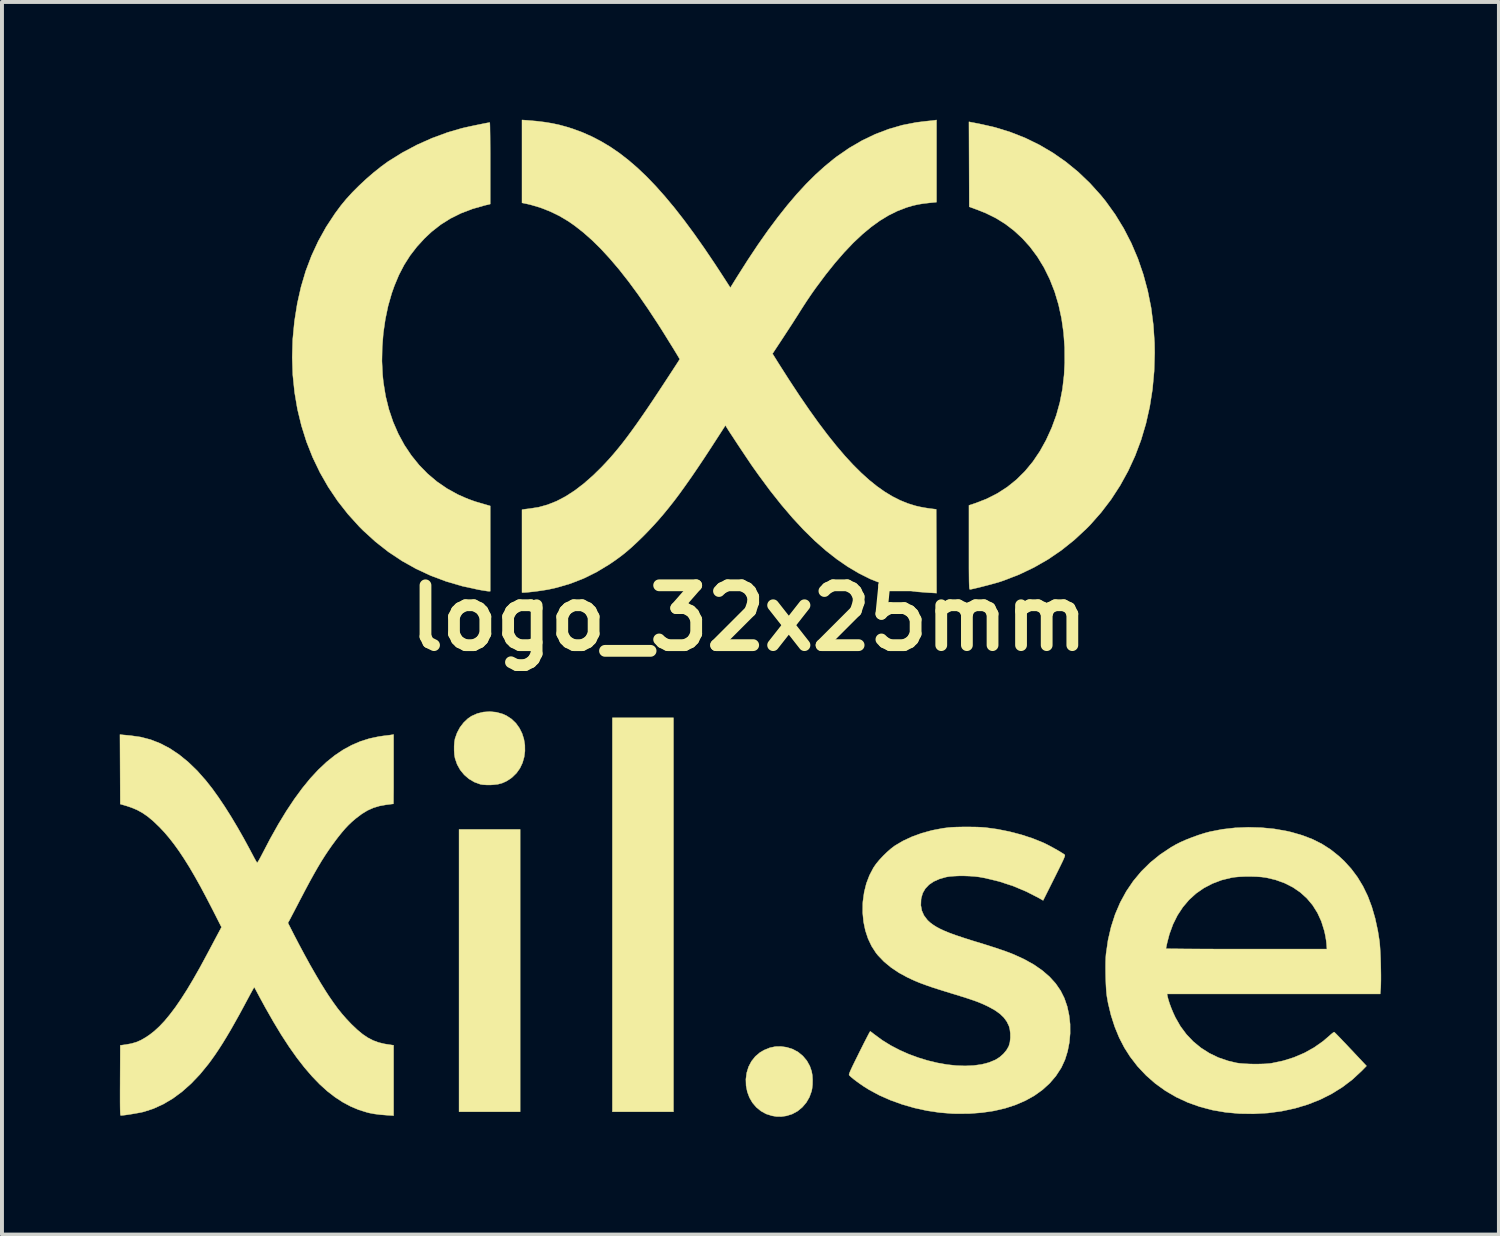
<source format=kicad_pcb>
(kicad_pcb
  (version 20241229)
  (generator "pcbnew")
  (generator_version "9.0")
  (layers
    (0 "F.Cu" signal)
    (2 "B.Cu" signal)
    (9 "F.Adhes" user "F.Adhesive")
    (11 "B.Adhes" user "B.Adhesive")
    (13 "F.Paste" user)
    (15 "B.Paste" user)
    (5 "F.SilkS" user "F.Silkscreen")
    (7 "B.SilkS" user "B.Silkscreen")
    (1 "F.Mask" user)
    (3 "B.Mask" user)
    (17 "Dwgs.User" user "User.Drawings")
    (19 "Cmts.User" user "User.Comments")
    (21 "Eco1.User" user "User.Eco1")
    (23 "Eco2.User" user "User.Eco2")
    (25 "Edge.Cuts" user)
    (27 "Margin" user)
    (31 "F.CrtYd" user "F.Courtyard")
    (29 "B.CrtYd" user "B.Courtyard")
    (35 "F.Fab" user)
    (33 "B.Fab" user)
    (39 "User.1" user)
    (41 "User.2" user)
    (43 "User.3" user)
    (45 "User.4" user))
  (footprint "logo_32x25mm"
    (layer "F.Cu")
    (at 16.023 12.691)
    (property "Reference" "logo_32x25mm" (at 0 0 0) (layer "F.SilkS") (effects (font (size 1.524 1.524) (thickness 0.3))))
    (attr through_hole)
    (fp_poly (pts (xy -5.826 12.573) (xy -7.382 12.573) (xy -7.382 5.382) (xy -5.826 5.382) (xy -5.826 12.573)) (stroke (width 0.01) (type solid)) (fill yes) (layer "F.SilkS"))
    (fp_poly (pts (xy -1.921 12.573) (xy -3.477 12.573) (xy -3.477 2.54) (xy -1.921 2.54) (xy -1.921 12.573)) (stroke (width 0.01) (type solid)) (fill yes) (layer "F.SilkS"))
    (fp_poly (pts (xy 0.96 10.93) (xy 1.115 10.978) (xy 1.254 11.053) (xy 1.374 11.152) (xy 1.475 11.272) (xy 1.552 11.411) (xy 1.597 11.543) (xy 1.615 11.642) (xy 1.622 11.758) (xy 1.62 11.878) (xy 1.608 11.989) (xy 1.596 12.048) (xy 1.541 12.201) (xy 1.461 12.339) (xy 1.359 12.458) (xy 1.239 12.557) (xy 1.103 12.631) (xy 0.957 12.677) (xy 0.826 12.696) (xy 0.7 12.694) (xy 0.587 12.675) (xy 0.438 12.628) (xy 0.305 12.554) (xy 0.188 12.458) (xy 0.09 12.343) (xy 0.013 12.21) (xy -0.041 12.064) (xy -0.072 11.908) (xy -0.077 11.743) (xy -0.056 11.582) (xy -0.008 11.426) (xy 0.066 11.286) (xy 0.163 11.164) (xy 0.281 11.064) (xy 0.388 11.002) (xy 0.533 10.943) (xy 0.674 10.913) (xy 0.816 10.91) (xy 0.96 10.93)) (stroke (width 0.01) (type solid)) (fill yes) (layer "F.SilkS"))
    (fp_poly (pts (xy -6.435 2.397) (xy -6.278 2.44) (xy -6.176 2.485) (xy -6.045 2.571) (xy -5.934 2.677) (xy -5.845 2.801) (xy -5.777 2.937) (xy -5.731 3.082) (xy -5.706 3.234) (xy -5.704 3.387) (xy -5.724 3.539) (xy -5.766 3.686) (xy -5.831 3.824) (xy -5.919 3.948) (xy -6.031 4.057) (xy -6.069 4.086) (xy -6.177 4.155) (xy -6.282 4.202) (xy -6.393 4.232) (xy -6.521 4.246) (xy -6.572 4.249) (xy -6.684 4.249) (xy -6.776 4.243) (xy -6.838 4.233) (xy -6.99 4.178) (xy -7.128 4.097) (xy -7.25 3.992) (xy -7.352 3.868) (xy -7.431 3.726) (xy -7.484 3.572) (xy -7.485 3.568) (xy -7.5 3.478) (xy -7.507 3.371) (xy -7.507 3.259) (xy -7.499 3.155) (xy -7.485 3.071) (xy -7.433 2.924) (xy -7.359 2.785) (xy -7.264 2.661) (xy -7.155 2.558) (xy -7.064 2.496) (xy -6.918 2.431) (xy -6.761 2.393) (xy -6.598 2.382) (xy -6.435 2.397)) (stroke (width 0.01) (type solid)) (fill yes) (layer "F.SilkS"))
    (fp_poly (pts (xy 5.647 -12.63) (xy 5.681 -12.623) (xy 5.737 -12.613) (xy 5.807 -12.599) (xy 5.866 -12.588) (xy 6.268 -12.497) (xy 6.657 -12.377) (xy 7.034 -12.229) (xy 7.396 -12.052) (xy 7.742 -11.849) (xy 8.073 -11.618) (xy 8.387 -11.361) (xy 8.683 -11.078) (xy 8.961 -10.77) (xy 9.086 -10.616) (xy 9.329 -10.278) (xy 9.547 -9.921) (xy 9.739 -9.548) (xy 9.905 -9.158) (xy 10.044 -8.753) (xy 10.157 -8.335) (xy 10.243 -7.904) (xy 10.3 -7.462) (xy 10.33 -7.009) (xy 10.334 -6.755) (xy 10.32 -6.286) (xy 10.278 -5.828) (xy 10.208 -5.384) (xy 10.111 -4.952) (xy 9.987 -4.535) (xy 9.836 -4.133) (xy 9.658 -3.746) (xy 9.454 -3.376) (xy 9.225 -3.023) (xy 8.969 -2.688) (xy 8.689 -2.371) (xy 8.597 -2.278) (xy 8.287 -1.99) (xy 7.961 -1.729) (xy 7.618 -1.495) (xy 7.258 -1.289) (xy 6.882 -1.109) (xy 6.489 -0.957) (xy 6.401 -0.927) (xy 6.341 -0.908) (xy 6.262 -0.886) (xy 6.171 -0.861) (xy 6.073 -0.835) (xy 5.972 -0.809) (xy 5.875 -0.784) (xy 5.787 -0.763) (xy 5.713 -0.746) (xy 5.659 -0.734) (xy 5.63 -0.73) (xy 5.63 -0.73) (xy 5.624 -0.732) (xy 5.62 -0.74) (xy 5.616 -0.756) (xy 5.613 -0.781) (xy 5.611 -0.819) (xy 5.609 -0.871) (xy 5.607 -0.94) (xy 5.606 -1.027) (xy 5.605 -1.136) (xy 5.604 -1.267) (xy 5.604 -1.425) (xy 5.604 -1.609) (xy 5.604 -1.801) (xy 5.604 -2.871) (xy 5.759 -2.922) (xy 6.05 -3.034) (xy 6.324 -3.173) (xy 6.579 -3.337) (xy 6.815 -3.527) (xy 7.033 -3.743) (xy 7.232 -3.984) (xy 7.412 -4.251) (xy 7.568 -4.532) (xy 7.712 -4.848) (xy 7.829 -5.167) (xy 7.92 -5.495) (xy 7.986 -5.835) (xy 8.027 -6.19) (xy 8.043 -6.501) (xy 8.041 -6.891) (xy 8.014 -7.268) (xy 7.962 -7.632) (xy 7.886 -7.981) (xy 7.786 -8.314) (xy 7.662 -8.629) (xy 7.516 -8.926) (xy 7.347 -9.203) (xy 7.156 -9.459) (xy 6.964 -9.671) (xy 6.751 -9.868) (xy 6.527 -10.039) (xy 6.288 -10.187) (xy 6.029 -10.315) (xy 5.818 -10.399) (xy 5.612 -10.474) (xy 5.608 -11.557) (xy 5.604 -12.639) (xy 5.647 -12.63)) (stroke (width 0.01) (type solid)) (fill yes) (layer "F.SilkS"))
    (fp_poly (pts (xy -6.598 -12.605) (xy -6.596 -12.561) (xy -6.594 -12.49) (xy -6.593 -12.395) (xy -6.591 -12.278) (xy -6.59 -12.144) (xy -6.589 -11.993) (xy -6.588 -11.829) (xy -6.588 -11.654) (xy -6.588 -11.583) (xy -6.588 -10.545) (xy -6.735 -10.509) (xy -7.045 -10.42) (xy -7.333 -10.31) (xy -7.601 -10.177) (xy -7.849 -10.021) (xy -8.081 -9.839) (xy -8.258 -9.673) (xy -8.456 -9.457) (xy -8.629 -9.233) (xy -8.781 -8.994) (xy -8.914 -8.738) (xy -9.03 -8.46) (xy -9.097 -8.271) (xy -9.189 -7.949) (xy -9.26 -7.61) (xy -9.311 -7.258) (xy -9.339 -6.901) (xy -9.346 -6.544) (xy -9.329 -6.195) (xy -9.309 -6.001) (xy -9.252 -5.65) (xy -9.169 -5.315) (xy -9.061 -4.995) (xy -8.929 -4.692) (xy -8.775 -4.408) (xy -8.598 -4.143) (xy -8.4 -3.898) (xy -8.182 -3.675) (xy -7.944 -3.474) (xy -7.687 -3.298) (xy -7.412 -3.146) (xy -7.215 -3.059) (xy -7.133 -3.026) (xy -7.048 -2.995) (xy -6.972 -2.968) (xy -6.929 -2.955) (xy -6.853 -2.933) (xy -6.767 -2.908) (xy -6.703 -2.889) (xy -6.588 -2.856) (xy -6.588 -0.683) (xy -6.632 -0.684) (xy -6.664 -0.687) (xy -6.719 -0.696) (xy -6.791 -0.707) (xy -6.871 -0.721) (xy -6.879 -0.722) (xy -7.301 -0.814) (xy -7.708 -0.933) (xy -8.1 -1.08) (xy -8.475 -1.254) (xy -8.835 -1.456) (xy -9.18 -1.685) (xy -9.509 -1.943) (xy -9.822 -2.228) (xy -9.922 -2.328) (xy -10.212 -2.648) (xy -10.476 -2.985) (xy -10.714 -3.339) (xy -10.925 -3.708) (xy -11.11 -4.093) (xy -11.267 -4.49) (xy -11.396 -4.9) (xy -11.498 -5.321) (xy -11.571 -5.752) (xy -11.616 -6.192) (xy -11.631 -6.64) (xy -11.618 -7.094) (xy -11.574 -7.555) (xy -11.572 -7.569) (xy -11.502 -8.011) (xy -11.407 -8.433) (xy -11.287 -8.838) (xy -11.14 -9.227) (xy -10.967 -9.6) (xy -10.768 -9.959) (xy -10.54 -10.305) (xy -10.389 -10.509) (xy -10.256 -10.67) (xy -10.101 -10.84) (xy -9.929 -11.012) (xy -9.747 -11.182) (xy -9.56 -11.344) (xy -9.374 -11.493) (xy -9.196 -11.623) (xy -9.173 -11.638) (xy -8.822 -11.856) (xy -8.453 -12.052) (xy -8.069 -12.223) (xy -7.678 -12.367) (xy -7.326 -12.47) (xy -7.274 -12.483) (xy -7.203 -12.499) (xy -7.117 -12.518) (xy -7.024 -12.538) (xy -6.927 -12.558) (xy -6.834 -12.577) (xy -6.749 -12.594) (xy -6.678 -12.608) (xy -6.626 -12.617) (xy -6.6 -12.62) (xy -6.6 -12.62) (xy -6.598 -12.605)) (stroke (width 0.01) (type solid)) (fill yes) (layer "F.SilkS"))
    (fp_poly (pts (xy 13.051 5.337) (xy 13.38 5.369) (xy 13.698 5.425) (xy 13.819 5.453) (xy 14.1 5.535) (xy 14.357 5.634) (xy 14.594 5.753) (xy 14.814 5.894) (xy 15.02 6.058) (xy 15.162 6.19) (xy 15.342 6.388) (xy 15.501 6.601) (xy 15.64 6.832) (xy 15.761 7.081) (xy 15.863 7.352) (xy 15.948 7.645) (xy 16.017 7.963) (xy 16.058 8.223) (xy 16.066 8.301) (xy 16.074 8.404) (xy 16.081 8.526) (xy 16.087 8.662) (xy 16.091 8.805) (xy 16.094 8.949) (xy 16.096 9.088) (xy 16.096 9.215) (xy 16.094 9.325) (xy 16.091 9.411) (xy 16.09 9.419) (xy 16.078 9.573) (xy 10.649 9.573) (xy 10.659 9.627) (xy 10.68 9.712) (xy 10.713 9.817) (xy 10.756 9.932) (xy 10.805 10.05) (xy 10.857 10.163) (xy 10.859 10.168) (xy 10.989 10.395) (xy 11.142 10.601) (xy 11.317 10.785) (xy 11.512 10.945) (xy 11.727 11.082) (xy 11.959 11.194) (xy 12.209 11.279) (xy 12.422 11.329) (xy 12.512 11.341) (xy 12.625 11.35) (xy 12.753 11.356) (xy 12.888 11.359) (xy 13.023 11.357) (xy 13.148 11.353) (xy 13.256 11.344) (xy 13.311 11.337) (xy 13.601 11.276) (xy 13.879 11.189) (xy 14.144 11.076) (xy 14.391 10.939) (xy 14.619 10.779) (xy 14.774 10.647) (xy 14.824 10.602) (xy 14.867 10.567) (xy 14.897 10.547) (xy 14.906 10.544) (xy 14.92 10.556) (xy 14.954 10.589) (xy 15.004 10.64) (xy 15.068 10.706) (xy 15.144 10.786) (xy 15.229 10.875) (xy 15.32 10.972) (xy 15.326 10.978) (xy 15.729 11.406) (xy 15.6 11.538) (xy 15.366 11.755) (xy 15.111 11.948) (xy 14.837 12.118) (xy 14.544 12.265) (xy 14.234 12.387) (xy 13.908 12.485) (xy 13.569 12.558) (xy 13.217 12.605) (xy 12.853 12.625) (xy 12.494 12.62) (xy 12.144 12.588) (xy 11.806 12.53) (xy 11.483 12.445) (xy 11.174 12.335) (xy 10.882 12.199) (xy 10.608 12.039) (xy 10.352 11.855) (xy 10.116 11.648) (xy 9.9 11.419) (xy 9.707 11.168) (xy 9.563 10.942) (xy 9.431 10.687) (xy 9.317 10.41) (xy 9.222 10.115) (xy 9.148 9.808) (xy 9.119 9.644) (xy 9.108 9.558) (xy 9.099 9.447) (xy 9.092 9.319) (xy 9.087 9.179) (xy 9.084 9.035) (xy 9.083 8.894) (xy 9.084 8.762) (xy 9.088 8.647) (xy 9.095 8.556) (xy 9.095 8.555) (xy 9.115 8.418) (xy 10.621 8.418) (xy 10.636 8.419) (xy 10.682 8.421) (xy 10.755 8.422) (xy 10.855 8.423) (xy 10.978 8.424) (xy 11.125 8.426) (xy 11.291 8.427) (xy 11.477 8.427) (xy 11.679 8.428) (xy 11.896 8.429) (xy 12.126 8.429) (xy 12.368 8.429) (xy 12.618 8.43) (xy 12.671 8.43) (xy 14.721 8.43) (xy 14.71 8.286) (xy 14.701 8.208) (xy 14.686 8.114) (xy 14.666 8.017) (xy 14.653 7.961) (xy 14.579 7.724) (xy 14.48 7.508) (xy 14.357 7.312) (xy 14.211 7.138) (xy 14.043 6.986) (xy 13.853 6.856) (xy 13.642 6.749) (xy 13.411 6.666) (xy 13.174 6.61) (xy 13.065 6.595) (xy 12.934 6.585) (xy 12.791 6.581) (xy 12.644 6.581) (xy 12.503 6.587) (xy 12.377 6.598) (xy 12.295 6.61) (xy 12.041 6.672) (xy 11.805 6.761) (xy 11.587 6.875) (xy 11.388 7.013) (xy 11.21 7.175) (xy 11.052 7.361) (xy 10.915 7.569) (xy 10.801 7.798) (xy 10.709 8.049) (xy 10.653 8.263) (xy 10.639 8.327) (xy 10.628 8.379) (xy 10.622 8.411) (xy 10.621 8.418) (xy 9.115 8.418) (xy 9.146 8.201) (xy 9.224 7.865) (xy 9.327 7.545) (xy 9.456 7.244) (xy 9.61 6.961) (xy 9.789 6.697) (xy 9.993 6.452) (xy 10.221 6.227) (xy 10.473 6.023) (xy 10.749 5.839) (xy 10.874 5.767) (xy 10.995 5.706) (xy 11.138 5.643) (xy 11.295 5.582) (xy 11.456 5.524) (xy 11.612 5.475) (xy 11.748 5.439) (xy 12.058 5.379) (xy 12.382 5.342) (xy 12.716 5.328) (xy 13.051 5.337)) (stroke (width 0.01) (type solid)) (fill yes) (layer "F.SilkS"))
    (fp_poly (pts (xy 5.676 5.32) (xy 5.804 5.322) (xy 5.918 5.327) (xy 6.009 5.334) (xy 6.017 5.334) (xy 6.325 5.376) (xy 6.634 5.438) (xy 6.937 5.517) (xy 7.225 5.611) (xy 7.493 5.719) (xy 7.538 5.74) (xy 7.606 5.774) (xy 7.688 5.817) (xy 7.775 5.865) (xy 7.862 5.914) (xy 7.941 5.961) (xy 8.004 6) (xy 8.038 6.024) (xy 8.044 6.031) (xy 8.047 6.041) (xy 8.045 6.058) (xy 8.036 6.085) (xy 8.021 6.123) (xy 7.998 6.175) (xy 7.965 6.244) (xy 7.921 6.334) (xy 7.866 6.445) (xy 7.798 6.582) (xy 7.78 6.618) (xy 7.493 7.191) (xy 7.394 7.134) (xy 7.07 6.967) (xy 6.729 6.824) (xy 6.378 6.709) (xy 6.02 6.622) (xy 5.866 6.594) (xy 5.752 6.58) (xy 5.623 6.571) (xy 5.486 6.566) (xy 5.349 6.566) (xy 5.22 6.572) (xy 5.107 6.581) (xy 5.024 6.595) (xy 4.852 6.644) (xy 4.706 6.709) (xy 4.586 6.791) (xy 4.493 6.889) (xy 4.427 7.003) (xy 4.389 7.132) (xy 4.384 7.169) (xy 4.379 7.317) (xy 4.404 7.452) (xy 4.458 7.574) (xy 4.542 7.685) (xy 4.564 7.708) (xy 4.626 7.764) (xy 4.697 7.816) (xy 4.778 7.867) (xy 4.873 7.917) (xy 4.983 7.968) (xy 5.113 8.021) (xy 5.264 8.076) (xy 5.44 8.135) (xy 5.642 8.2) (xy 5.768 8.239) (xy 5.968 8.3) (xy 6.142 8.355) (xy 6.291 8.403) (xy 6.421 8.447) (xy 6.534 8.486) (xy 6.634 8.523) (xy 6.724 8.559) (xy 6.743 8.566) (xy 7.015 8.691) (xy 7.259 8.827) (xy 7.473 8.976) (xy 7.657 9.135) (xy 7.813 9.307) (xy 7.939 9.491) (xy 8.033 9.679) (xy 8.106 9.89) (xy 8.154 10.113) (xy 8.18 10.345) (xy 8.181 10.578) (xy 8.16 10.81) (xy 8.116 11.034) (xy 8.05 11.246) (xy 7.961 11.44) (xy 7.949 11.462) (xy 7.817 11.664) (xy 7.66 11.847) (xy 7.478 12.013) (xy 7.273 12.16) (xy 7.046 12.287) (xy 6.797 12.395) (xy 6.529 12.483) (xy 6.242 12.55) (xy 5.936 12.595) (xy 5.614 12.62) (xy 5.276 12.622) (xy 5.175 12.619) (xy 4.855 12.593) (xy 4.533 12.545) (xy 4.214 12.475) (xy 3.902 12.385) (xy 3.602 12.277) (xy 3.319 12.152) (xy 3.058 12.011) (xy 2.921 11.925) (xy 2.828 11.861) (xy 2.742 11.799) (xy 2.666 11.741) (xy 2.606 11.691) (xy 2.565 11.653) (xy 2.552 11.636) (xy 2.551 11.621) (xy 2.56 11.591) (xy 2.579 11.543) (xy 2.609 11.476) (xy 2.651 11.387) (xy 2.706 11.275) (xy 2.774 11.138) (xy 2.808 11.068) (xy 2.869 10.947) (xy 2.925 10.835) (xy 2.976 10.736) (xy 3.019 10.652) (xy 3.053 10.587) (xy 3.077 10.544) (xy 3.088 10.526) (xy 3.089 10.525) (xy 3.104 10.534) (xy 3.138 10.559) (xy 3.184 10.595) (xy 3.204 10.61) (xy 3.399 10.753) (xy 3.611 10.884) (xy 3.835 11.001) (xy 4.069 11.105) (xy 4.31 11.194) (xy 4.555 11.269) (xy 4.8 11.328) (xy 5.043 11.371) (xy 5.28 11.397) (xy 5.509 11.405) (xy 5.726 11.395) (xy 5.928 11.367) (xy 6.113 11.319) (xy 6.277 11.251) (xy 6.286 11.246) (xy 6.388 11.181) (xy 6.481 11.099) (xy 6.559 11.006) (xy 6.614 10.912) (xy 6.621 10.895) (xy 6.647 10.802) (xy 6.659 10.691) (xy 6.658 10.575) (xy 6.644 10.466) (xy 6.624 10.392) (xy 6.569 10.278) (xy 6.494 10.175) (xy 6.394 10.079) (xy 6.268 9.989) (xy 6.113 9.903) (xy 6.088 9.89) (xy 6.012 9.854) (xy 5.937 9.82) (xy 5.86 9.788) (xy 5.776 9.756) (xy 5.681 9.723) (xy 5.572 9.686) (xy 5.442 9.645) (xy 5.289 9.597) (xy 5.183 9.565) (xy 4.988 9.505) (xy 4.819 9.452) (xy 4.673 9.405) (xy 4.545 9.361) (xy 4.432 9.32) (xy 4.329 9.281) (xy 4.233 9.241) (xy 4.14 9.199) (xy 4.045 9.154) (xy 4.04 9.152) (xy 3.821 9.033) (xy 3.62 8.898) (xy 3.442 8.751) (xy 3.29 8.593) (xy 3.235 8.525) (xy 3.125 8.355) (xy 3.035 8.165) (xy 2.966 7.957) (xy 2.92 7.736) (xy 2.898 7.507) (xy 2.9 7.272) (xy 2.903 7.221) (xy 2.936 6.981) (xy 2.991 6.76) (xy 3.07 6.552) (xy 3.174 6.354) (xy 3.178 6.349) (xy 3.24 6.259) (xy 3.322 6.16) (xy 3.418 6.057) (xy 3.52 5.958) (xy 3.622 5.869) (xy 3.716 5.798) (xy 3.721 5.795) (xy 3.926 5.674) (xy 4.154 5.568) (xy 4.402 5.478) (xy 4.664 5.406) (xy 4.935 5.354) (xy 5.083 5.335) (xy 5.169 5.328) (xy 5.279 5.323) (xy 5.406 5.32) (xy 5.54 5.319) (xy 5.676 5.32)) (stroke (width 0.01) (type solid)) (fill yes) (layer "F.SilkS"))
    (fp_poly (pts (xy -15.943 2.975) (xy -15.887 2.98) (xy -15.816 2.987) (xy -15.748 2.993) (xy -15.489 3.03) (xy -15.236 3.096) (xy -14.989 3.193) (xy -14.747 3.32) (xy -14.511 3.478) (xy -14.279 3.667) (xy -14.052 3.886) (xy -13.83 4.137) (xy -13.668 4.342) (xy -13.516 4.554) (xy -13.356 4.791) (xy -13.192 5.05) (xy -13.027 5.326) (xy -12.863 5.614) (xy -12.703 5.909) (xy -12.678 5.957) (xy -12.633 6.041) (xy -12.594 6.115) (xy -12.561 6.174) (xy -12.537 6.214) (xy -12.525 6.231) (xy -12.525 6.231) (xy -12.514 6.22) (xy -12.491 6.186) (xy -12.46 6.132) (xy -12.423 6.063) (xy -12.397 6.013) (xy -12.19 5.617) (xy -11.985 5.251) (xy -11.781 4.916) (xy -11.578 4.611) (xy -11.375 4.334) (xy -11.172 4.085) (xy -10.966 3.863) (xy -10.759 3.668) (xy -10.549 3.499) (xy -10.335 3.355) (xy -10.116 3.236) (xy -9.893 3.14) (xy -9.664 3.068) (xy -9.428 3.018) (xy -9.311 3.001) (xy -9.238 2.992) (xy -9.171 2.984) (xy -9.12 2.977) (xy -9.108 2.975) (xy -9.049 2.966) (xy -9.049 3.848) (xy -9.049 4.012) (xy -9.049 4.167) (xy -9.049 4.308) (xy -9.05 4.434) (xy -9.051 4.541) (xy -9.051 4.627) (xy -9.052 4.689) (xy -9.053 4.724) (xy -9.054 4.731) (xy -9.07 4.733) (xy -9.112 4.738) (xy -9.172 4.746) (xy -9.237 4.754) (xy -9.408 4.785) (xy -9.564 4.832) (xy -9.712 4.898) (xy -9.858 4.987) (xy -10.009 5.101) (xy -10.023 5.113) (xy -10.115 5.192) (xy -10.201 5.274) (xy -10.284 5.362) (xy -10.371 5.464) (xy -10.467 5.584) (xy -10.533 5.671) (xy -10.625 5.796) (xy -10.713 5.923) (xy -10.801 6.055) (xy -10.89 6.196) (xy -10.982 6.35) (xy -11.078 6.518) (xy -11.182 6.706) (xy -11.294 6.915) (xy -11.417 7.15) (xy -11.435 7.183) (xy -11.493 7.296) (xy -11.549 7.403) (xy -11.599 7.499) (xy -11.642 7.581) (xy -11.675 7.645) (xy -11.697 7.686) (xy -11.702 7.696) (xy -11.74 7.763) (xy -11.6 8.039) (xy -11.458 8.312) (xy -11.315 8.579) (xy -11.174 8.836) (xy -11.035 9.078) (xy -10.903 9.301) (xy -10.778 9.502) (xy -10.696 9.628) (xy -10.579 9.798) (xy -10.471 9.946) (xy -10.364 10.079) (xy -10.253 10.206) (xy -10.132 10.334) (xy -10.121 10.345) (xy -9.975 10.484) (xy -9.839 10.597) (xy -9.706 10.687) (xy -9.573 10.756) (xy -9.436 10.807) (xy -9.288 10.843) (xy -9.223 10.854) (xy -9.049 10.88) (xy -9.049 11.776) (xy -9.049 12.671) (xy -9.211 12.661) (xy -9.386 12.647) (xy -9.536 12.628) (xy -9.669 12.603) (xy -9.731 12.587) (xy -9.94 12.522) (xy -10.144 12.436) (xy -10.344 12.329) (xy -10.541 12.2) (xy -10.737 12.049) (xy -10.931 11.873) (xy -11.124 11.673) (xy -11.318 11.448) (xy -11.514 11.196) (xy -11.711 10.917) (xy -11.911 10.61) (xy -12.114 10.273) (xy -12.322 9.908) (xy -12.461 9.652) (xy -12.504 9.572) (xy -12.541 9.502) (xy -12.571 9.447) (xy -12.59 9.412) (xy -12.597 9.401) (xy -12.606 9.412) (xy -12.626 9.446) (xy -12.655 9.498) (xy -12.69 9.562) (xy -12.693 9.567) (xy -12.837 9.836) (xy -12.968 10.079) (xy -13.09 10.297) (xy -13.202 10.495) (xy -13.308 10.673) (xy -13.407 10.835) (xy -13.503 10.984) (xy -13.595 11.121) (xy -13.687 11.25) (xy -13.761 11.351) (xy -13.979 11.618) (xy -14.204 11.854) (xy -14.435 12.06) (xy -14.673 12.236) (xy -14.917 12.38) (xy -15.167 12.494) (xy -15.41 12.573) (xy -15.461 12.585) (xy -15.533 12.599) (xy -15.618 12.614) (xy -15.709 12.63) (xy -15.799 12.644) (xy -15.881 12.656) (xy -15.948 12.664) (xy -15.992 12.668) (xy -15.997 12.668) (xy -16.002 12.663) (xy -16.006 12.647) (xy -16.009 12.618) (xy -16.011 12.573) (xy -16.013 12.51) (xy -16.014 12.427) (xy -16.015 12.321) (xy -16.015 12.192) (xy -16.015 12.036) (xy -16.014 11.851) (xy -16.014 11.775) (xy -16.01 10.882) (xy -15.867 10.862) (xy -15.728 10.837) (xy -15.604 10.801) (xy -15.487 10.751) (xy -15.367 10.682) (xy -15.272 10.619) (xy -15.144 10.52) (xy -15.014 10.4) (xy -14.881 10.26) (xy -14.746 10.096) (xy -14.605 9.91) (xy -14.46 9.698) (xy -14.308 9.461) (xy -14.15 9.196) (xy -13.984 8.904) (xy -13.832 8.623) (xy -13.772 8.511) (xy -13.711 8.396) (xy -13.652 8.285) (xy -13.599 8.185) (xy -13.555 8.102) (xy -13.532 8.059) (xy -13.432 7.872) (xy -13.651 7.44) (xy -13.813 7.127) (xy -13.965 6.841) (xy -14.11 6.582) (xy -14.248 6.346) (xy -14.381 6.133) (xy -14.51 5.939) (xy -14.637 5.762) (xy -14.762 5.602) (xy -14.887 5.455) (xy -15.014 5.32) (xy -15.026 5.309) (xy -15.172 5.169) (xy -15.31 5.054) (xy -15.445 4.961) (xy -15.583 4.885) (xy -15.73 4.824) (xy -15.843 4.786) (xy -16.01 4.737) (xy -16.014 3.851) (xy -16.018 2.966) (xy -15.943 2.975)) (stroke (width 0.01) (type solid)) (fill yes) (layer "F.SilkS"))
    (fp_poly (pts (xy -5.64 -12.676) (xy -5.41 -12.656) (xy -5.204 -12.631) (xy -5.015 -12.6) (xy -4.835 -12.562) (xy -4.655 -12.513) (xy -4.485 -12.46) (xy -4.241 -12.37) (xy -4.002 -12.264) (xy -3.767 -12.142) (xy -3.534 -12.003) (xy -3.303 -11.845) (xy -3.073 -11.667) (xy -2.843 -11.469) (xy -2.611 -11.249) (xy -2.378 -11.007) (xy -2.141 -10.741) (xy -1.899 -10.451) (xy -1.653 -10.136) (xy -1.4 -9.794) (xy -1.14 -9.425) (xy -0.871 -9.027) (xy -0.66 -8.704) (xy -0.473 -8.414) (xy -0.298 -8.696) (xy -0.031 -9.116) (xy 0.229 -9.507) (xy 0.483 -9.869) (xy 0.732 -10.203) (xy 0.977 -10.512) (xy 1.218 -10.796) (xy 1.457 -11.055) (xy 1.695 -11.292) (xy 1.933 -11.507) (xy 2.17 -11.701) (xy 2.238 -11.753) (xy 2.555 -11.972) (xy 2.882 -12.162) (xy 3.217 -12.323) (xy 3.559 -12.453) (xy 3.907 -12.554) (xy 4.26 -12.623) (xy 4.496 -12.652) (xy 4.573 -12.66) (xy 4.644 -12.667) (xy 4.7 -12.674) (xy 4.727 -12.677) (xy 4.778 -12.686) (xy 4.778 -10.593) (xy 4.592 -10.574) (xy 4.437 -10.556) (xy 4.301 -10.533) (xy 4.173 -10.504) (xy 4.04 -10.465) (xy 4.001 -10.452) (xy 3.779 -10.366) (xy 3.557 -10.256) (xy 3.335 -10.121) (xy 3.112 -9.96) (xy 2.888 -9.773) (xy 2.66 -9.559) (xy 2.429 -9.316) (xy 2.194 -9.046) (xy 1.954 -8.746) (xy 1.708 -8.416) (xy 1.616 -8.287) (xy 1.555 -8.198) (xy 1.484 -8.093) (xy 1.41 -7.98) (xy 1.34 -7.871) (xy 1.302 -7.811) (xy 1.249 -7.726) (xy 1.182 -7.622) (xy 1.107 -7.504) (xy 1.026 -7.38) (xy 0.945 -7.256) (xy 0.87 -7.141) (xy 0.601 -6.733) (xy 0.763 -6.474) (xy 1.03 -6.056) (xy 1.286 -5.667) (xy 1.533 -5.307) (xy 1.771 -4.974) (xy 2.002 -4.668) (xy 2.225 -4.389) (xy 2.442 -4.134) (xy 2.654 -3.904) (xy 2.861 -3.698) (xy 3.064 -3.515) (xy 3.263 -3.355) (xy 3.46 -3.216) (xy 3.655 -3.098) (xy 3.849 -3) (xy 4.042 -2.921) (xy 4.235 -2.861) (xy 4.27 -2.852) (xy 4.364 -2.831) (xy 4.47 -2.811) (xy 4.57 -2.795) (xy 4.604 -2.79) (xy 4.77 -2.77) (xy 4.775 -1.702) (xy 4.779 -0.635) (xy 4.743 -0.638) (xy 4.709 -0.64) (xy 4.655 -0.643) (xy 4.596 -0.646) (xy 4.282 -0.67) (xy 3.976 -0.716) (xy 3.676 -0.785) (xy 3.381 -0.879) (xy 3.09 -0.996) (xy 2.804 -1.139) (xy 2.52 -1.307) (xy 2.238 -1.501) (xy 1.957 -1.722) (xy 1.676 -1.97) (xy 1.395 -2.246) (xy 1.112 -2.551) (xy 0.827 -2.885) (xy 0.539 -3.248) (xy 0.247 -3.643) (xy 0.1 -3.85) (xy 0.058 -3.91) (xy 0.004 -3.991) (xy -0.06 -4.086) (xy -0.131 -4.192) (xy -0.206 -4.304) (xy -0.281 -4.417) (xy -0.354 -4.528) (xy -0.421 -4.631) (xy -0.481 -4.721) (xy -0.529 -4.796) (xy -0.562 -4.849) (xy -0.566 -4.855) (xy -0.598 -4.908) (xy -0.755 -4.664) (xy -0.953 -4.358) (xy -1.137 -4.077) (xy -1.309 -3.82) (xy -1.47 -3.584) (xy -1.623 -3.367) (xy -1.767 -3.167) (xy -1.906 -2.982) (xy -2.041 -2.811) (xy -2.173 -2.65) (xy -2.304 -2.497) (xy -2.436 -2.351) (xy -2.569 -2.21) (xy -2.682 -2.094) (xy -2.834 -1.946) (xy -2.972 -1.817) (xy -3.104 -1.702) (xy -3.235 -1.596) (xy -3.373 -1.494) (xy -3.523 -1.39) (xy -3.561 -1.365) (xy -3.879 -1.173) (xy -4.208 -1.01) (xy -4.547 -0.878) (xy -4.898 -0.775) (xy -5.096 -0.731) (xy -5.176 -0.717) (xy -5.272 -0.702) (xy -5.375 -0.687) (xy -5.478 -0.674) (xy -5.575 -0.663) (xy -5.656 -0.655) (xy -5.716 -0.651) (xy -5.727 -0.651) (xy -5.779 -0.651) (xy -5.779 -1.705) (xy -5.779 -2.76) (xy -5.735 -2.768) (xy -5.696 -2.774) (xy -5.639 -2.781) (xy -5.588 -2.787) (xy -5.357 -2.823) (xy -5.127 -2.887) (xy -4.898 -2.978) (xy -4.669 -3.098) (xy -4.438 -3.247) (xy -4.205 -3.425) (xy -3.968 -3.633) (xy -3.754 -3.843) (xy -3.647 -3.956) (xy -3.542 -4.071) (xy -3.437 -4.191) (xy -3.332 -4.317) (xy -3.224 -4.451) (xy -3.113 -4.596) (xy -2.996 -4.754) (xy -2.872 -4.926) (xy -2.739 -5.116) (xy -2.596 -5.324) (xy -2.441 -5.554) (xy -2.273 -5.808) (xy -2.123 -6.036) (xy -2.046 -6.154) (xy -1.974 -6.264) (xy -1.91 -6.363) (xy -1.855 -6.447) (xy -1.811 -6.515) (xy -1.78 -6.564) (xy -1.764 -6.59) (xy -1.762 -6.594) (xy -1.77 -6.609) (xy -1.793 -6.648) (xy -1.828 -6.707) (xy -1.873 -6.781) (xy -1.926 -6.868) (xy -1.985 -6.963) (xy -2.048 -7.064) (xy -2.111 -7.166) (xy -2.173 -7.266) (xy -2.232 -7.36) (xy -2.286 -7.444) (xy -2.317 -7.493) (xy -2.574 -7.883) (xy -2.823 -8.243) (xy -3.066 -8.573) (xy -3.304 -8.876) (xy -3.538 -9.151) (xy -3.767 -9.4) (xy -3.993 -9.623) (xy -4.217 -9.821) (xy -4.439 -9.995) (xy -4.597 -10.105) (xy -4.823 -10.24) (xy -5.067 -10.358) (xy -5.318 -10.456) (xy -5.57 -10.53) (xy -5.655 -10.549) (xy -5.779 -10.575) (xy -5.779 -12.686) (xy -5.64 -12.676)) (stroke (width 0.01) (type solid)) (fill yes) (layer "F.SilkS")))
  (gr_rect
    (start -3 -3)
    (end 35.124 28.391)
    (stroke (width 0.1) (type default))
    (fill no)
    (layer "Edge.Cuts")))
</source>
